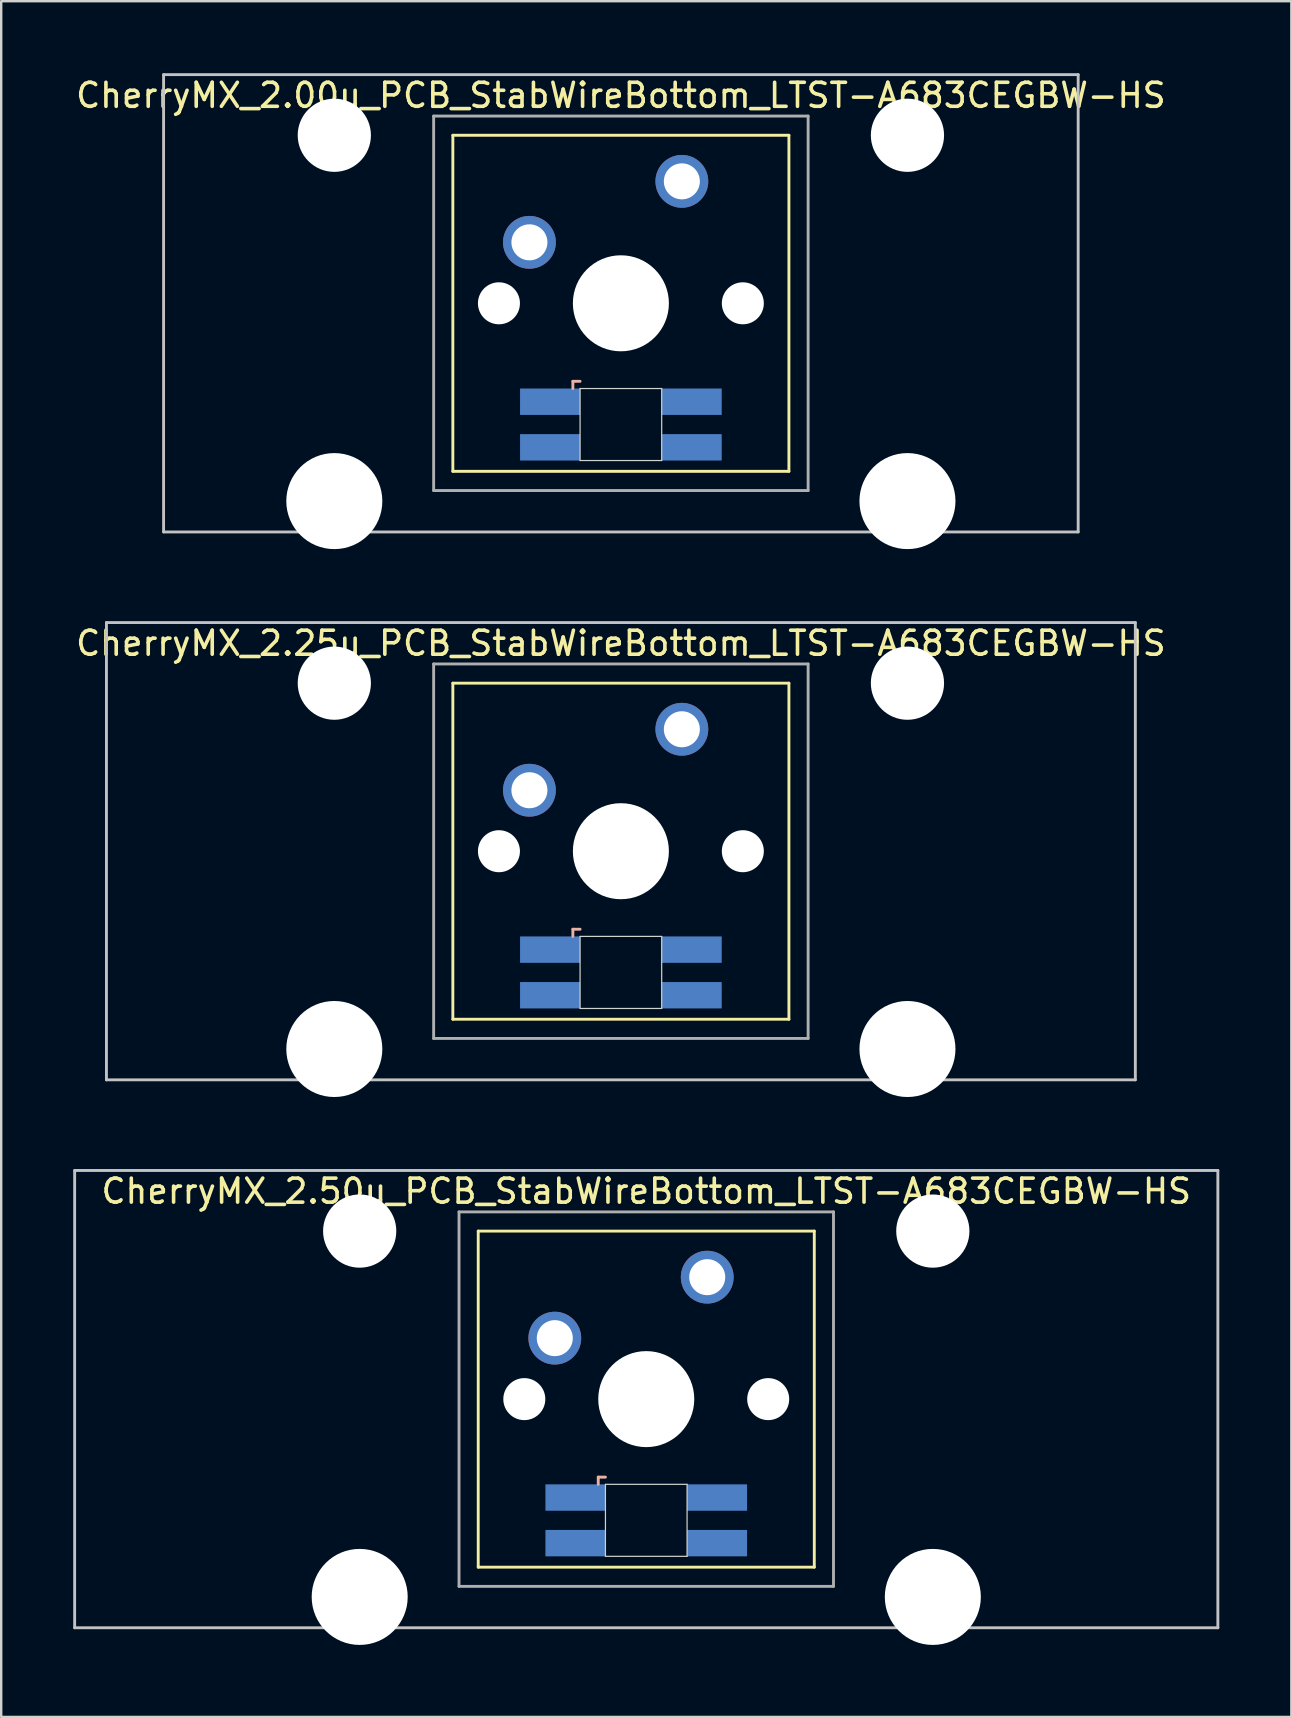
<source format=kicad_pcb>
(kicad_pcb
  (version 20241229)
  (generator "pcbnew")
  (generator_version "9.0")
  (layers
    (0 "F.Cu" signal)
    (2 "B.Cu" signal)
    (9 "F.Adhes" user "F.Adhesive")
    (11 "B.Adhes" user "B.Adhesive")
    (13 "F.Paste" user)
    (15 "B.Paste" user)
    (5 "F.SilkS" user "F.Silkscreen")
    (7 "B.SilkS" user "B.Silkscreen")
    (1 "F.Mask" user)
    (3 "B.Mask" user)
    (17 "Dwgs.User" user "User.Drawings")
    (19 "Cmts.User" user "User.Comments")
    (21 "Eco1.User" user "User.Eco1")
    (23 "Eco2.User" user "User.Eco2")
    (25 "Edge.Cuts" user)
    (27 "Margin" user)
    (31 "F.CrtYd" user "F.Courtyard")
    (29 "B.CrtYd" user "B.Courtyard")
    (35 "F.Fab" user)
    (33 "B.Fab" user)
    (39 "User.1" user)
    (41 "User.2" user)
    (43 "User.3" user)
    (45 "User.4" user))
  (footprint "CherryMX_2.00u_PCB_StabWireBottom_LTST-A683CEGBW-HS"
    (layer "F.Cu")
    (at 22.815 9.585)
    (property "Reference" "CherryMX_2.00u_PCB_StabWireBottom_LTST-A683CEGBW-HS" (at 0 -8.662 0) (layer "F.SilkS") (effects (font (size 1 1) (thickness 0.15))))
    (attr through_hole)
    (fp_line (start -7 -7) (end -7 7) (stroke (width 0.12) (type solid)) (layer "F.SilkS"))
    (fp_line (start -7 -7) (end 7 -7) (stroke (width 0.12) (type solid)) (layer "F.SilkS"))
    (fp_line (start 7 -7) (end 7 7) (stroke (width 0.12) (type solid)) (layer "F.SilkS"))
    (fp_line (start 7 7) (end -7 7) (stroke (width 0.12) (type solid)) (layer "F.SilkS"))
    (fp_line (start -2 3.25) (end -2 3.55) (stroke (width 0.12) (type solid)) (layer "B.SilkS"))
    (fp_line (start -1.7 3.25) (end -2 3.25) (stroke (width 0.12) (type solid)) (layer "B.SilkS"))
    (fp_line (start -19.05 -9.525) (end 19.05 -9.525) (stroke (width 0.12) (type solid)) (layer "Dwgs.User"))
    (fp_line (start -19.05 9.525) (end -19.05 -9.525) (stroke (width 0.12) (type solid)) (layer "Dwgs.User"))
    (fp_line (start 19.05 -9.525) (end 19.05 9.525) (stroke (width 0.12) (type solid)) (layer "Dwgs.User"))
    (fp_line (start 19.05 9.525) (end -19.05 9.525) (stroke (width 0.12) (type solid)) (layer "Dwgs.User"))
    (fp_line (start -1.7 3.55) (end 1.7 3.55) (stroke (width 0.05) (type solid)) (layer "Edge.Cuts"))
    (fp_line (start -1.7 6.55) (end -1.7 3.55) (stroke (width 0.05) (type solid)) (layer "Edge.Cuts"))
    (fp_line (start 1.7 3.55) (end 1.7 6.55) (stroke (width 0.05) (type solid)) (layer "Edge.Cuts"))
    (fp_line (start 1.7 6.55) (end -1.7 6.55) (stroke (width 0.05) (type solid)) (layer "Edge.Cuts"))
    (fp_line (start -7.8 -7.8) (end -7.8 7.8) (stroke (width 0.12) (type solid)) (layer "F.Fab"))
    (fp_line (start -7.8 -7.8) (end 7.8 -7.8) (stroke (width 0.12) (type solid)) (layer "F.Fab"))
    (fp_line (start -7.8 7.8) (end 7.8 7.8) (stroke (width 0.12) (type solid)) (layer "F.Fab"))
    (fp_line (start 7.8 -7.8) (end 7.8 7.8) (stroke (width 0.12) (type solid)) (layer "F.Fab"))
    (pad "" np_thru_hole circle (at -11.938 -7) (size 3.05 3.05) (drill 3.05) (layers "*.Cu" "*.Mask"))
    (pad "" np_thru_hole circle (at -11.938 8.24) (size 4 4) (drill 4) (layers "*.Cu" "*.Mask"))
    (pad "" np_thru_hole circle (at -5.08 0) (size 1.75 1.75) (drill 1.75) (layers "*.Cu" "*.Mask"))
    (pad "" np_thru_hole circle (at 0 0) (size 4 4) (drill 4) (layers "*.Cu" "*.Mask"))
    (pad "" np_thru_hole circle (at 5.08 0) (size 1.75 1.75) (drill 1.75) (layers "*.Cu" "*.Mask"))
    (pad "" np_thru_hole circle (at 11.938 -7) (size 3.05 3.05) (drill 3.05) (layers "*.Cu" "*.Mask"))
    (pad "" np_thru_hole circle (at 11.938 8.24) (size 4 4) (drill 4) (layers "*.Cu" "*.Mask"))
    (pad "1" thru_hole circle (at -3.81 -2.54) (size 2.2 2.2) (drill 1.5) (layers "*.Cu" "*.Mask"))
    (pad "2" thru_hole circle (at 2.54 -5.08) (size 2.2 2.2) (drill 1.5) (layers "*.Cu" "*.Mask"))
    (pad "3" smd rect (at -2.95 4.1) (size 2.5 1.1) (layers "B.Cu" "B.Mask" "B.Paste"))
    (pad "4" smd rect (at -2.95 6) (size 2.5 1.1) (layers "B.Cu" "B.Mask" "B.Paste"))
    (pad "5" smd rect (at 2.95 4.1) (size 2.5 1.1) (layers "B.Cu" "B.Mask" "B.Paste"))
    (pad "6" smd rect (at 2.95 6) (size 2.5 1.1) (layers "B.Cu" "B.Mask" "B.Paste")))
  (footprint "CherryMX_2.50u_PCB_StabWireBottom_LTST-A683CEGBW-HS"
    (layer "F.Cu")
    (at 23.872 55.235)
    (property "Reference" "CherryMX_2.50u_PCB_StabWireBottom_LTST-A683CEGBW-HS" (at 0 -8.662 0) (layer "F.SilkS") (effects (font (size 1 1) (thickness 0.15))))
    (attr through_hole)
    (fp_line (start -7 -7) (end -7 7) (stroke (width 0.12) (type solid)) (layer "F.SilkS"))
    (fp_line (start -7 -7) (end 7 -7) (stroke (width 0.12) (type solid)) (layer "F.SilkS"))
    (fp_line (start 7 -7) (end 7 7) (stroke (width 0.12) (type solid)) (layer "F.SilkS"))
    (fp_line (start 7 7) (end -7 7) (stroke (width 0.12) (type solid)) (layer "F.SilkS"))
    (fp_line (start -2 3.25) (end -2 3.55) (stroke (width 0.12) (type solid)) (layer "B.SilkS"))
    (fp_line (start -1.7 3.25) (end -2 3.25) (stroke (width 0.12) (type solid)) (layer "B.SilkS"))
    (fp_line (start -23.812 -9.525) (end 23.812 -9.525) (stroke (width 0.12) (type solid)) (layer "Dwgs.User"))
    (fp_line (start -23.812 9.525) (end -23.812 -9.525) (stroke (width 0.12) (type solid)) (layer "Dwgs.User"))
    (fp_line (start 23.812 -9.525) (end 23.812 9.525) (stroke (width 0.12) (type solid)) (layer "Dwgs.User"))
    (fp_line (start 23.812 9.525) (end -23.812 9.525) (stroke (width 0.12) (type solid)) (layer "Dwgs.User"))
    (fp_line (start -1.7 3.55) (end 1.7 3.55) (stroke (width 0.05) (type solid)) (layer "Edge.Cuts"))
    (fp_line (start -1.7 6.55) (end -1.7 3.55) (stroke (width 0.05) (type solid)) (layer "Edge.Cuts"))
    (fp_line (start 1.7 3.55) (end 1.7 6.55) (stroke (width 0.05) (type solid)) (layer "Edge.Cuts"))
    (fp_line (start 1.7 6.55) (end -1.7 6.55) (stroke (width 0.05) (type solid)) (layer "Edge.Cuts"))
    (fp_line (start -7.8 -7.8) (end -7.8 7.8) (stroke (width 0.12) (type solid)) (layer "F.Fab"))
    (fp_line (start -7.8 -7.8) (end 7.8 -7.8) (stroke (width 0.12) (type solid)) (layer "F.Fab"))
    (fp_line (start -7.8 7.8) (end 7.8 7.8) (stroke (width 0.12) (type solid)) (layer "F.Fab"))
    (fp_line (start 7.8 -7.8) (end 7.8 7.8) (stroke (width 0.12) (type solid)) (layer "F.Fab"))
    (pad "" np_thru_hole circle (at -11.938 -7) (size 3.05 3.05) (drill 3.05) (layers "*.Cu" "*.Mask"))
    (pad "" np_thru_hole circle (at -11.938 8.24) (size 4 4) (drill 4) (layers "*.Cu" "*.Mask"))
    (pad "" np_thru_hole circle (at -5.08 0) (size 1.75 1.75) (drill 1.75) (layers "*.Cu" "*.Mask"))
    (pad "" np_thru_hole circle (at 0 0) (size 4 4) (drill 4) (layers "*.Cu" "*.Mask"))
    (pad "" np_thru_hole circle (at 5.08 0) (size 1.75 1.75) (drill 1.75) (layers "*.Cu" "*.Mask"))
    (pad "" np_thru_hole circle (at 11.938 -7) (size 3.05 3.05) (drill 3.05) (layers "*.Cu" "*.Mask"))
    (pad "" np_thru_hole circle (at 11.938 8.24) (size 4 4) (drill 4) (layers "*.Cu" "*.Mask"))
    (pad "1" thru_hole circle (at -3.81 -2.54) (size 2.2 2.2) (drill 1.5) (layers "*.Cu" "*.Mask"))
    (pad "2" thru_hole circle (at 2.54 -5.08) (size 2.2 2.2) (drill 1.5) (layers "*.Cu" "*.Mask"))
    (pad "3" smd rect (at -2.95 4.1) (size 2.5 1.1) (layers "B.Cu" "B.Mask" "B.Paste"))
    (pad "4" smd rect (at -2.95 6) (size 2.5 1.1) (layers "B.Cu" "B.Mask" "B.Paste"))
    (pad "5" smd rect (at 2.95 4.1) (size 2.5 1.1) (layers "B.Cu" "B.Mask" "B.Paste"))
    (pad "6" smd rect (at 2.95 6) (size 2.5 1.1) (layers "B.Cu" "B.Mask" "B.Paste")))
  (footprint "CherryMX_2.25u_PCB_StabWireBottom_LTST-A683CEGBW-HS"
    (layer "F.Cu")
    (at 22.815 32.41)
    (property "Reference" "CherryMX_2.25u_PCB_StabWireBottom_LTST-A683CEGBW-HS" (at 0 -8.662 0) (layer "F.SilkS") (effects (font (size 1 1) (thickness 0.15))))
    (attr through_hole)
    (fp_line (start -7 -7) (end -7 7) (stroke (width 0.12) (type solid)) (layer "F.SilkS"))
    (fp_line (start -7 -7) (end 7 -7) (stroke (width 0.12) (type solid)) (layer "F.SilkS"))
    (fp_line (start 7 -7) (end 7 7) (stroke (width 0.12) (type solid)) (layer "F.SilkS"))
    (fp_line (start 7 7) (end -7 7) (stroke (width 0.12) (type solid)) (layer "F.SilkS"))
    (fp_line (start -2 3.25) (end -2 3.55) (stroke (width 0.12) (type solid)) (layer "B.SilkS"))
    (fp_line (start -1.7 3.25) (end -2 3.25) (stroke (width 0.12) (type solid)) (layer "B.SilkS"))
    (fp_line (start -21.431 -9.525) (end 21.431 -9.525) (stroke (width 0.12) (type solid)) (layer "Dwgs.User"))
    (fp_line (start -21.431 9.525) (end -21.431 -9.525) (stroke (width 0.12) (type solid)) (layer "Dwgs.User"))
    (fp_line (start 21.431 -9.525) (end 21.431 9.525) (stroke (width 0.12) (type solid)) (layer "Dwgs.User"))
    (fp_line (start 21.431 9.525) (end -21.431 9.525) (stroke (width 0.12) (type solid)) (layer "Dwgs.User"))
    (fp_line (start -1.7 3.55) (end 1.7 3.55) (stroke (width 0.05) (type solid)) (layer "Edge.Cuts"))
    (fp_line (start -1.7 6.55) (end -1.7 3.55) (stroke (width 0.05) (type solid)) (layer "Edge.Cuts"))
    (fp_line (start 1.7 3.55) (end 1.7 6.55) (stroke (width 0.05) (type solid)) (layer "Edge.Cuts"))
    (fp_line (start 1.7 6.55) (end -1.7 6.55) (stroke (width 0.05) (type solid)) (layer "Edge.Cuts"))
    (fp_line (start -7.8 -7.8) (end -7.8 7.8) (stroke (width 0.12) (type solid)) (layer "F.Fab"))
    (fp_line (start -7.8 -7.8) (end 7.8 -7.8) (stroke (width 0.12) (type solid)) (layer "F.Fab"))
    (fp_line (start -7.8 7.8) (end 7.8 7.8) (stroke (width 0.12) (type solid)) (layer "F.Fab"))
    (fp_line (start 7.8 -7.8) (end 7.8 7.8) (stroke (width 0.12) (type solid)) (layer "F.Fab"))
    (pad "" np_thru_hole circle (at -11.938 -7) (size 3.05 3.05) (drill 3.05) (layers "*.Cu" "*.Mask"))
    (pad "" np_thru_hole circle (at -11.938 8.24) (size 4 4) (drill 4) (layers "*.Cu" "*.Mask"))
    (pad "" np_thru_hole circle (at -5.08 0) (size 1.75 1.75) (drill 1.75) (layers "*.Cu" "*.Mask"))
    (pad "" np_thru_hole circle (at 0 0) (size 4 4) (drill 4) (layers "*.Cu" "*.Mask"))
    (pad "" np_thru_hole circle (at 5.08 0) (size 1.75 1.75) (drill 1.75) (layers "*.Cu" "*.Mask"))
    (pad "" np_thru_hole circle (at 11.938 -7) (size 3.05 3.05) (drill 3.05) (layers "*.Cu" "*.Mask"))
    (pad "" np_thru_hole circle (at 11.938 8.24) (size 4 4) (drill 4) (layers "*.Cu" "*.Mask"))
    (pad "1" thru_hole circle (at -3.81 -2.54) (size 2.2 2.2) (drill 1.5) (layers "*.Cu" "*.Mask"))
    (pad "2" thru_hole circle (at 2.54 -5.08) (size 2.2 2.2) (drill 1.5) (layers "*.Cu" "*.Mask"))
    (pad "3" smd rect (at -2.95 4.1) (size 2.5 1.1) (layers "B.Cu" "B.Mask" "B.Paste"))
    (pad "4" smd rect (at -2.95 6) (size 2.5 1.1) (layers "B.Cu" "B.Mask" "B.Paste"))
    (pad "5" smd rect (at 2.95 4.1) (size 2.5 1.1) (layers "B.Cu" "B.Mask" "B.Paste"))
    (pad "6" smd rect (at 2.95 6) (size 2.5 1.1) (layers "B.Cu" "B.Mask" "B.Paste")))
  (gr_rect
    (start -3 -3)
    (end 50.745 68.475)
    (stroke (width 0.1) (type default))
    (fill no)
    (layer "Edge.Cuts")))
</source>
